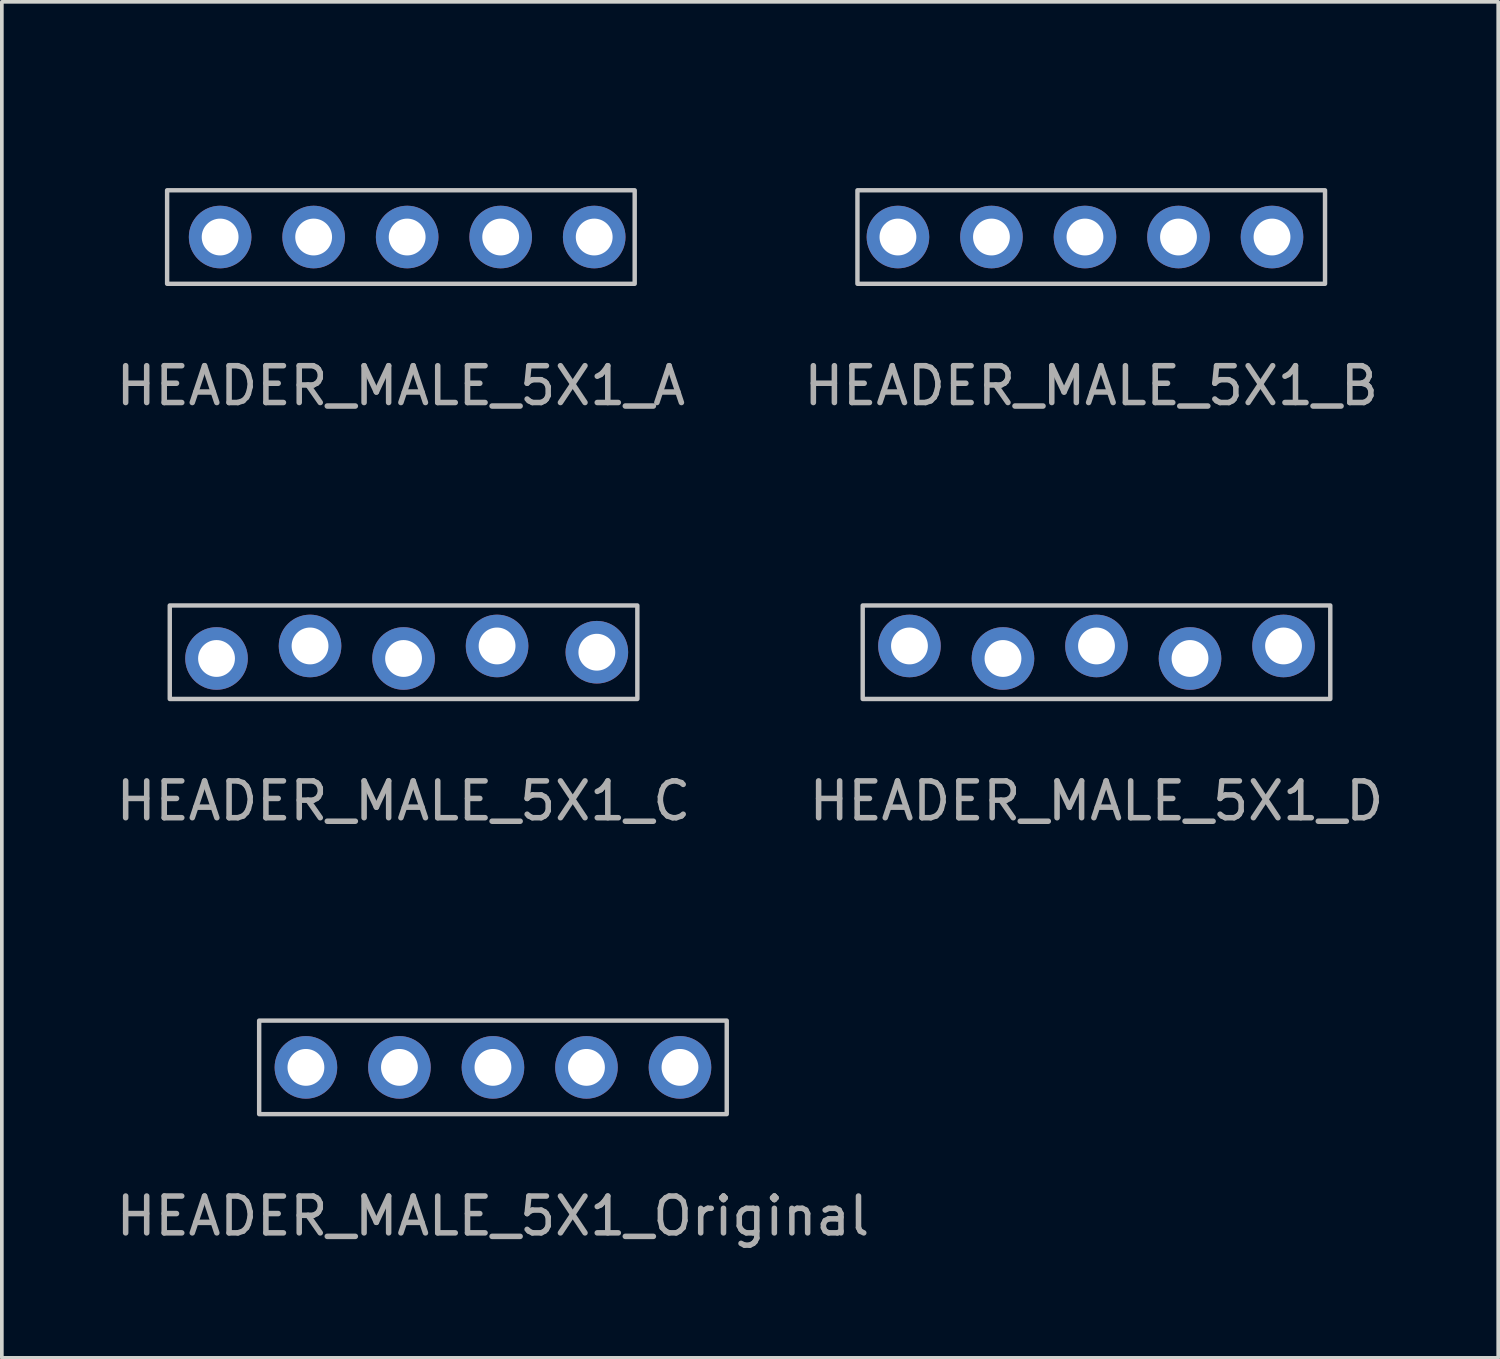
<source format=kicad_pcb>
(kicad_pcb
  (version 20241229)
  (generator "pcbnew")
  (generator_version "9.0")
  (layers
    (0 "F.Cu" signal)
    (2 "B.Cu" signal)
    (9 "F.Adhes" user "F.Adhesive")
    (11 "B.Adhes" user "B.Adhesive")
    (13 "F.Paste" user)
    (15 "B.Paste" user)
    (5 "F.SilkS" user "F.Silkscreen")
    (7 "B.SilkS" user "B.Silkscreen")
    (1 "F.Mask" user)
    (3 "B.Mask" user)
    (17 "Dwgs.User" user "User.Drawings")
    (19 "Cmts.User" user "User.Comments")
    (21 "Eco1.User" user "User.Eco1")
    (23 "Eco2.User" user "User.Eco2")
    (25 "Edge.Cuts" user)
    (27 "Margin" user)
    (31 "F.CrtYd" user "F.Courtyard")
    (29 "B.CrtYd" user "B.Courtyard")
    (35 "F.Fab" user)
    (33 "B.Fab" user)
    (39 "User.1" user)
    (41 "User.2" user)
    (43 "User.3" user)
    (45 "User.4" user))
  (footprint "HEADER_MALE_5X1_B"
    (layer "F.Cu")
    (at 26.589 3.388)
    (property "Reference" "HEADER_MALE_5X1_B" (at 0 -2.54 0) (unlocked yes) (layer "User.1") (effects (font (size 1 1) (thickness 0.15))))
    (fp_rect (start -6.35 -1.27) (end 6.35 1.27) (stroke (width 0.12) (type solid)) (fill no) (layer "Dwgs.User"))
    (fp_text user "${REFERENCE}" (at 0 4.04 0) (unlocked yes) (layer "F.Fab") (effects (font (size 1 1) (thickness 0.15))))
    (pad "1" thru_hole circle (at -5.25 0) (size 1.7 1.7) (drill 1) (layers "*.Cu" "*.Mask"))
    (pad "2" thru_hole circle (at -2.71 0) (size 1.7 1.7) (drill 1) (layers "*.Cu" "*.Mask"))
    (pad "3" thru_hole circle (at -0.17 0) (size 1.7 1.7) (drill 1) (layers "*.Cu" "*.Mask"))
    (pad "4" thru_hole circle (at 2.37 0) (size 1.7 1.7) (drill 1) (layers "*.Cu" "*.Mask"))
    (pad "5" thru_hole circle (at 4.91 0) (size 1.7 1.7) (drill 1) (layers "*.Cu" "*.Mask")))
  (footprint "HEADER_MALE_5X1_D"
    (layer "F.Cu")
    (at 26.732 14.665)
    (property "Reference" "HEADER_MALE_5X1_D" (at 0 -2.54 0) (unlocked yes) (layer "User.1") (effects (font (size 1 1) (thickness 0.15))))
    (fp_rect (start -6.35 -1.27) (end 6.35 1.27) (stroke (width 0.12) (type solid)) (fill no) (layer "Dwgs.User"))
    (fp_text user "${REFERENCE}" (at 0 4.04 0) (unlocked yes) (layer "F.Fab") (effects (font (size 1 1) (thickness 0.15))))
    (pad "1" thru_hole circle (at -5.08 -0.17) (size 1.7 1.7) (drill 1) (layers "*.Cu" "*.Mask"))
    (pad "2" thru_hole circle (at -2.54 0.17) (size 1.7 1.7) (drill 1) (layers "*.Cu" "*.Mask"))
    (pad "3" thru_hole circle (at 0 -0.17 90) (size 1.7 1.7) (drill 1) (layers "*.Cu" "*.Mask"))
    (pad "4" thru_hole circle (at 2.54 0.17) (size 1.7 1.7) (drill 1) (layers "*.Cu" "*.Mask"))
    (pad "5" thru_hole circle (at 5.08 -0.17) (size 1.7 1.7) (drill 1) (layers "*.Cu" "*.Mask")))
  (footprint "HEADER_MALE_5X1_C"
    (layer "F.Cu")
    (at 7.911 14.665)
    (property "Reference" "HEADER_MALE_5X1_C" (at 0 -2.54 0) (unlocked yes) (layer "User.1") (effects (font (size 1 1) (thickness 0.15))))
    (fp_rect (start -6.35 -1.27) (end 6.35 1.27) (stroke (width 0.12) (type solid)) (fill no) (layer "Dwgs.User"))
    (fp_text user "${REFERENCE}" (at 0 4.04 0) (unlocked yes) (layer "F.Fab") (effects (font (size 1 1) (thickness 0.15))))
    (pad "1" thru_hole circle (at -5.08 0.17) (size 1.7 1.7) (drill 1) (layers "*.Cu" "*.Mask"))
    (pad "2" thru_hole circle (at -2.54 -0.17) (size 1.7 1.7) (drill 1) (layers "*.Cu" "*.Mask"))
    (pad "3" thru_hole circle (at 0 0.17 90) (size 1.7 1.7) (drill 1) (layers "*.Cu" "*.Mask"))
    (pad "4" thru_hole circle (at 2.54 -0.17) (size 1.7 1.7) (drill 1) (layers "*.Cu" "*.Mask"))
    (pad "5" thru_hole circle (at 5.25 0) (size 1.7 1.7) (drill 1) (layers "*.Cu" "*.Mask")))
  (footprint "HEADER_MALE_5X1_Original"
    (layer "F.Cu")
    (at 10.339 25.941)
    (property "Reference" "HEADER_MALE_5X1_Original" (at 0 -2.54 0) (unlocked yes) (layer "User.1") (effects (font (size 1 1) (thickness 0.15))))
    (fp_rect (start -6.35 -1.27) (end 6.35 1.27) (stroke (width 0.12) (type solid)) (fill no) (layer "Dwgs.User"))
    (fp_text user "${REFERENCE}" (at 0 4.04 0) (unlocked yes) (layer "F.Fab") (effects (font (size 1 1) (thickness 0.15))))
    (pad "1" thru_hole circle (at -5.08 0) (size 1.7 1.7) (drill 1) (layers "*.Cu" "*.Mask"))
    (pad "2" thru_hole circle (at -2.54 0) (size 1.7 1.7) (drill 1) (layers "*.Cu" "*.Mask"))
    (pad "3" thru_hole circle (at 0 0 90) (size 1.7 1.7) (drill 1) (layers "*.Cu" "*.Mask"))
    (pad "4" thru_hole circle (at 2.54 0) (size 1.7 1.7) (drill 1) (layers "*.Cu" "*.Mask"))
    (pad "5" thru_hole circle (at 5.08 0) (size 1.7 1.7) (drill 1) (layers "*.Cu" "*.Mask")))
  (footprint "HEADER_MALE_5X1_A"
    (layer "F.Cu")
    (at 7.839 3.388)
    (property "Reference" "HEADER_MALE_5X1_A" (at 0 -2.54 0) (unlocked yes) (layer "User.1") (effects (font (size 1 1) (thickness 0.15))))
    (fp_rect (start -6.35 -1.27) (end 6.35 1.27) (stroke (width 0.12) (type solid)) (fill no) (layer "Dwgs.User"))
    (fp_text user "${REFERENCE}" (at 0 4.04 0) (unlocked yes) (layer "F.Fab") (effects (font (size 1 1) (thickness 0.15))))
    (pad "1" thru_hole circle (at -4.91 0) (size 1.7 1.7) (drill 1) (layers "*.Cu" "*.Mask"))
    (pad "2" thru_hole circle (at -2.37 0) (size 1.7 1.7) (drill 1) (layers "*.Cu" "*.Mask"))
    (pad "3" thru_hole circle (at 0.17 0 90) (size 1.7 1.7) (drill 1) (layers "*.Cu" "*.Mask"))
    (pad "4" thru_hole circle (at 2.71 0) (size 1.7 1.7) (drill 1) (layers "*.Cu" "*.Mask"))
    (pad "5" thru_hole circle (at 5.25 0) (size 1.7 1.7) (drill 1) (layers "*.Cu" "*.Mask")))
  (gr_rect
    (start -3 -3)
    (end 37.643 33.83)
    (stroke (width 0.1) (type default))
    (fill no)
    (layer "Edge.Cuts")))
</source>
